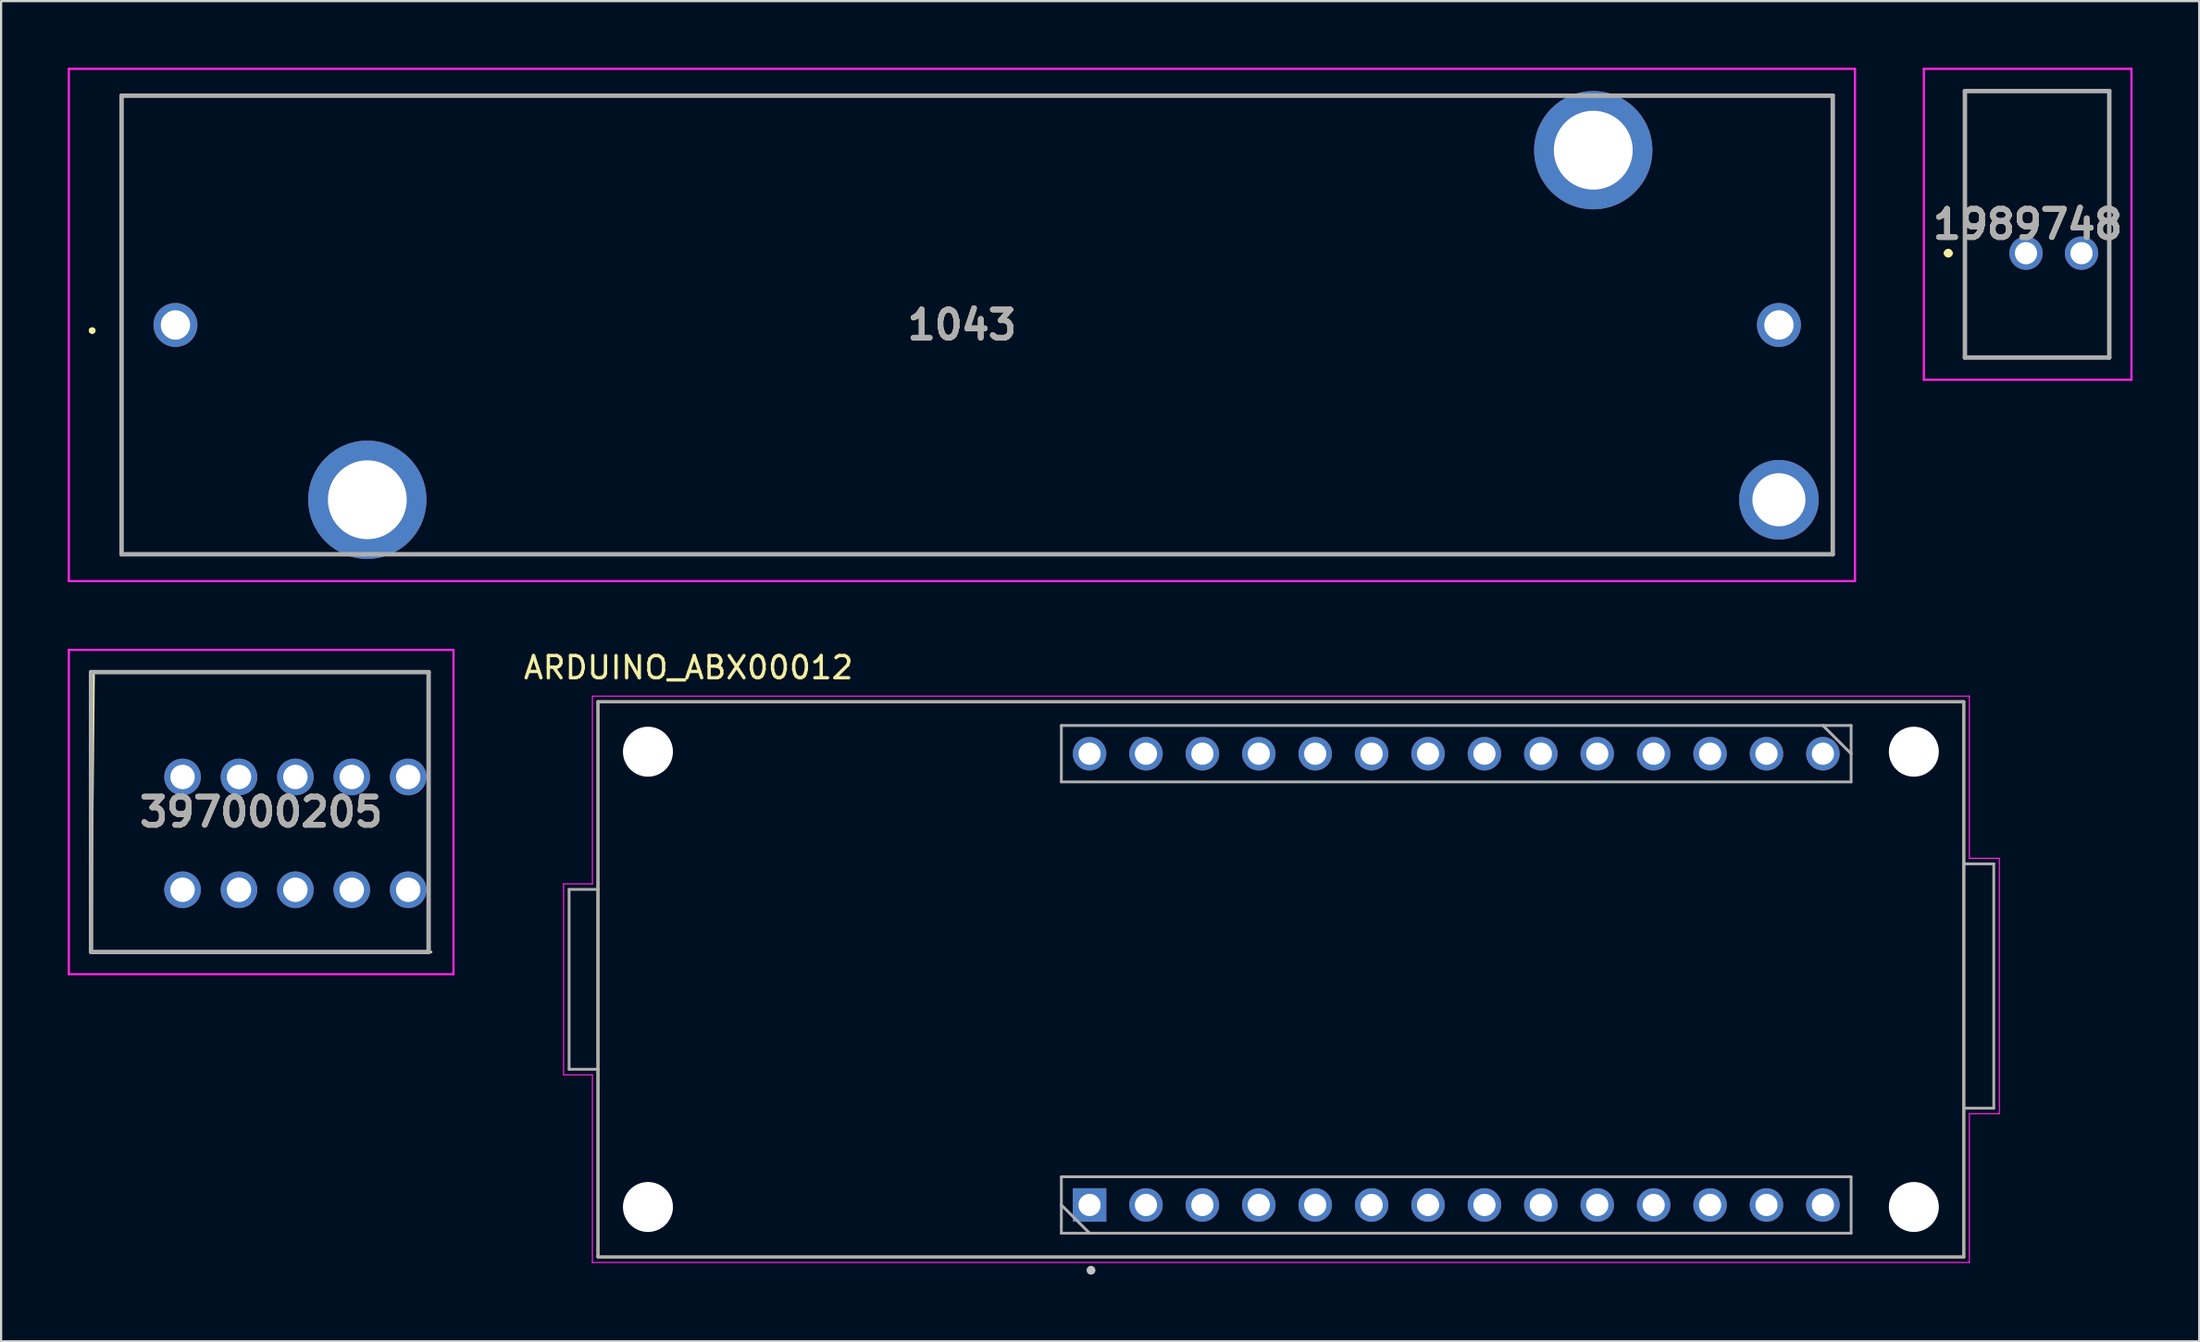
<source format=kicad_pcb>
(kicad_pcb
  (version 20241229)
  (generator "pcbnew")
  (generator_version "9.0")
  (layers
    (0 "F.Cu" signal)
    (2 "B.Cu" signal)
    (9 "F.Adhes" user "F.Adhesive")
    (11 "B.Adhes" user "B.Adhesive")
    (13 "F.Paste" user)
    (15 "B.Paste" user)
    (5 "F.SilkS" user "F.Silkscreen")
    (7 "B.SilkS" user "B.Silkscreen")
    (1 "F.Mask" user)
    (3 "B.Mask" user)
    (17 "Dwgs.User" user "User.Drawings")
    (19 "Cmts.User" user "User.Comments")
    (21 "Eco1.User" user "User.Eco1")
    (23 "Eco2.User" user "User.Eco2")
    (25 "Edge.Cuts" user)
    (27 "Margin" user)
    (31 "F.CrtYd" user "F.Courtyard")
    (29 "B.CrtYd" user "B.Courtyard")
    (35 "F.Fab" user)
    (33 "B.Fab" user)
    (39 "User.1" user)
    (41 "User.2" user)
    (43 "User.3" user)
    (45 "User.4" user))
  (footprint "ARDUINO_ABX00012"
    (layer "F.Cu")
    (at 23.875 53.548)
    (property "Reference" "ARDUINO_ABX00012" (at 4.075 -26.535 0) (layer "F.SilkS") (effects (font (size 1 1) (thickness 0.15))))
    (attr through_hole)
    (fp_line (start 0 -25) (end 61.5 -25) (stroke (width 0.127) (type solid)) (layer "F.SilkS"))
    (fp_line (start 0 -16.55) (end 0 -25) (stroke (width 0.127) (type solid)) (layer "F.SilkS"))
    (fp_line (start 0 -8.45) (end 0 -16.55) (stroke (width 0.127) (type solid)) (layer "F.SilkS"))
    (fp_line (start 0 0) (end 0 -8.45) (stroke (width 0.127) (type solid)) (layer "F.SilkS"))
    (fp_line (start 61.5 -25) (end 61.5 -17.7) (stroke (width 0.127) (type solid)) (layer "F.SilkS"))
    (fp_line (start 61.5 -17.7) (end 61.5 -6.7) (stroke (width 0.127) (type solid)) (layer "F.SilkS"))
    (fp_line (start 61.5 -6.7) (end 61.5 0) (stroke (width 0.127) (type solid)) (layer "F.SilkS"))
    (fp_line (start 61.5 0) (end 0 0) (stroke (width 0.127) (type solid)) (layer "F.SilkS"))
    (fp_circle (center 22.2 0.6) (end 22.3 0.6) (stroke (width 0.2) (type solid)) (fill no) (layer "Dwgs.User"))
    (fp_line (start -1.55 -16.8) (end -1.55 -8.2) (stroke (width 0.05) (type solid)) (layer "F.CrtYd"))
    (fp_line (start -1.55 -8.2) (end -0.25 -8.2) (stroke (width 0.05) (type solid)) (layer "F.CrtYd"))
    (fp_line (start -0.25 -25.25) (end 61.75 -25.25) (stroke (width 0.05) (type solid)) (layer "F.CrtYd"))
    (fp_line (start -0.25 -16.8) (end -1.55 -16.8) (stroke (width 0.05) (type solid)) (layer "F.CrtYd"))
    (fp_line (start -0.25 -16.8) (end -0.25 -25.25) (stroke (width 0.05) (type solid)) (layer "F.CrtYd"))
    (fp_line (start -0.25 0.25) (end -0.25 -8.2) (stroke (width 0.05) (type solid)) (layer "F.CrtYd"))
    (fp_line (start 61.75 -25.25) (end 61.75 -17.95) (stroke (width 0.05) (type solid)) (layer "F.CrtYd"))
    (fp_line (start 61.75 -17.95) (end 63.1 -17.95) (stroke (width 0.05) (type solid)) (layer "F.CrtYd"))
    (fp_line (start 61.75 -6.45) (end 61.75 0.25) (stroke (width 0.05) (type solid)) (layer "F.CrtYd"))
    (fp_line (start 61.75 0.25) (end -0.25 0.25) (stroke (width 0.05) (type solid)) (layer "F.CrtYd"))
    (fp_line (start 63.1 -17.95) (end 63.1 -6.45) (stroke (width 0.05) (type solid)) (layer "F.CrtYd"))
    (fp_line (start 63.1 -6.45) (end 61.75 -6.45) (stroke (width 0.05) (type solid)) (layer "F.CrtYd"))
    (fp_line (start -1.3 -16.55) (end -1.3 -8.45) (stroke (width 0.127) (type solid)) (layer "F.Fab"))
    (fp_line (start -1.3 -8.45) (end 0 -8.45) (stroke (width 0.127) (type solid)) (layer "F.Fab"))
    (fp_line (start 0 -25) (end 61.5 -25) (stroke (width 0.127) (type solid)) (layer "F.Fab"))
    (fp_line (start 0 -16.55) (end -1.3 -16.55) (stroke (width 0.127) (type solid)) (layer "F.Fab"))
    (fp_line (start 0 0) (end 0 -25) (stroke (width 0.127) (type solid)) (layer "F.Fab"))
    (fp_line (start 20.865 -23.93) (end 20.865 -21.39) (stroke (width 0.127) (type solid)) (layer "F.Fab"))
    (fp_line (start 20.865 -21.39) (end 56.425 -21.39) (stroke (width 0.127) (type solid)) (layer "F.Fab"))
    (fp_line (start 20.865 -3.61) (end 20.865 -2.34) (stroke (width 0.127) (type solid)) (layer "F.Fab"))
    (fp_line (start 20.865 -2.34) (end 20.865 -1.07) (stroke (width 0.127) (type solid)) (layer "F.Fab"))
    (fp_line (start 20.865 -1.07) (end 22.135 -1.07) (stroke (width 0.127) (type solid)) (layer "F.Fab"))
    (fp_line (start 22.135 -1.07) (end 20.865 -2.34) (stroke (width 0.127) (type solid)) (layer "F.Fab"))
    (fp_line (start 22.135 -1.07) (end 56.425 -1.07) (stroke (width 0.127) (type solid)) (layer "F.Fab"))
    (fp_line (start 55.155 -23.93) (end 20.865 -23.93) (stroke (width 0.127) (type solid)) (layer "F.Fab"))
    (fp_line (start 55.155 -23.93) (end 56.425 -22.66) (stroke (width 0.127) (type solid)) (layer "F.Fab"))
    (fp_line (start 56.425 -23.93) (end 55.155 -23.93) (stroke (width 0.127) (type solid)) (layer "F.Fab"))
    (fp_line (start 56.425 -22.66) (end 56.425 -23.93) (stroke (width 0.127) (type solid)) (layer "F.Fab"))
    (fp_line (start 56.425 -21.39) (end 56.425 -22.66) (stroke (width 0.127) (type solid)) (layer "F.Fab"))
    (fp_line (start 56.425 -3.61) (end 20.865 -3.61) (stroke (width 0.127) (type solid)) (layer "F.Fab"))
    (fp_line (start 56.425 -1.07) (end 56.425 -3.61) (stroke (width 0.127) (type solid)) (layer "F.Fab"))
    (fp_line (start 61.5 -25) (end 61.5 0) (stroke (width 0.127) (type solid)) (layer "F.Fab"))
    (fp_line (start 61.5 -17.7) (end 62.85 -17.7) (stroke (width 0.127) (type solid)) (layer "F.Fab"))
    (fp_line (start 61.5 0) (end 0 0) (stroke (width 0.127) (type solid)) (layer "F.Fab"))
    (fp_line (start 62.85 -17.7) (end 62.85 -6.7) (stroke (width 0.127) (type solid)) (layer "F.Fab"))
    (fp_line (start 62.85 -6.7) (end 61.5 -6.7) (stroke (width 0.127) (type solid)) (layer "F.Fab"))
    (pad "" np_thru_hole circle (at 2.25 -22.75) (size 2.25 2.25) (drill 2.25) (layers "*.Cu" "*.Mask"))
    (pad "" np_thru_hole circle (at 2.25 -2.25) (size 2.25 2.25) (drill 2.25) (layers "*.Cu" "*.Mask"))
    (pad "" np_thru_hole circle (at 59.25 -22.75) (size 2.25 2.25) (drill 2.25) (layers "*.Cu" "*.Mask"))
    (pad "" np_thru_hole circle (at 59.25 -2.25) (size 2.25 2.25) (drill 2.25) (layers "*.Cu" "*.Mask"))
    (pad "1" thru_hole rect (at 22.135 -2.34) (size 1.508 1.508) (drill 1) (layers "*.Cu" "*.Mask"))
    (pad "2" thru_hole circle (at 24.675 -2.34) (size 1.508 1.508) (drill 1) (layers "*.Cu" "*.Mask"))
    (pad "3" thru_hole circle (at 27.215 -2.34) (size 1.508 1.508) (drill 1) (layers "*.Cu" "*.Mask"))
    (pad "4" thru_hole circle (at 29.755 -2.34) (size 1.508 1.508) (drill 1) (layers "*.Cu" "*.Mask"))
    (pad "5" thru_hole circle (at 32.295 -2.34) (size 1.508 1.508) (drill 1) (layers "*.Cu" "*.Mask"))
    (pad "6" thru_hole circle (at 34.835 -2.34) (size 1.508 1.508) (drill 1) (layers "*.Cu" "*.Mask"))
    (pad "7" thru_hole circle (at 37.375 -2.34) (size 1.508 1.508) (drill 1) (layers "*.Cu" "*.Mask"))
    (pad "8" thru_hole circle (at 39.915 -2.34) (size 1.508 1.508) (drill 1) (layers "*.Cu" "*.Mask"))
    (pad "9" thru_hole circle (at 42.455 -2.34) (size 1.508 1.508) (drill 1) (layers "*.Cu" "*.Mask"))
    (pad "10" thru_hole circle (at 44.995 -2.34) (size 1.508 1.508) (drill 1) (layers "*.Cu" "*.Mask"))
    (pad "11" thru_hole circle (at 47.535 -2.34) (size 1.508 1.508) (drill 1) (layers "*.Cu" "*.Mask"))
    (pad "12" thru_hole circle (at 50.075 -2.34) (size 1.508 1.508) (drill 1) (layers "*.Cu" "*.Mask"))
    (pad "13" thru_hole circle (at 52.615 -2.34) (size 1.508 1.508) (drill 1) (layers "*.Cu" "*.Mask"))
    (pad "14" thru_hole circle (at 55.155 -2.34) (size 1.508 1.508) (drill 1) (layers "*.Cu" "*.Mask"))
    (pad "15" thru_hole circle (at 55.155 -22.66) (size 1.508 1.508) (drill 1) (layers "*.Cu" "*.Mask"))
    (pad "16" thru_hole circle (at 52.615 -22.66) (size 1.508 1.508) (drill 1) (layers "*.Cu" "*.Mask"))
    (pad "17" thru_hole circle (at 50.075 -22.66) (size 1.508 1.508) (drill 1) (layers "*.Cu" "*.Mask"))
    (pad "18" thru_hole circle (at 47.535 -22.66) (size 1.508 1.508) (drill 1) (layers "*.Cu" "*.Mask"))
    (pad "19" thru_hole circle (at 44.995 -22.66) (size 1.508 1.508) (drill 1) (layers "*.Cu" "*.Mask"))
    (pad "20" thru_hole circle (at 42.455 -22.66) (size 1.508 1.508) (drill 1) (layers "*.Cu" "*.Mask"))
    (pad "21" thru_hole circle (at 39.915 -22.66) (size 1.508 1.508) (drill 1) (layers "*.Cu" "*.Mask"))
    (pad "22" thru_hole circle (at 37.375 -22.66) (size 1.508 1.508) (drill 1) (layers "*.Cu" "*.Mask"))
    (pad "23" thru_hole circle (at 34.835 -22.66) (size 1.508 1.508) (drill 1) (layers "*.Cu" "*.Mask"))
    (pad "24" thru_hole circle (at 32.295 -22.66) (size 1.508 1.508) (drill 1) (layers "*.Cu" "*.Mask"))
    (pad "25" thru_hole circle (at 29.755 -22.66) (size 1.508 1.508) (drill 1) (layers "*.Cu" "*.Mask"))
    (pad "26" thru_hole circle (at 27.215 -22.66) (size 1.508 1.508) (drill 1) (layers "*.Cu" "*.Mask"))
    (pad "27" thru_hole circle (at 24.675 -22.66) (size 1.508 1.508) (drill 1) (layers "*.Cu" "*.Mask"))
    (pad "28" thru_hole circle (at 22.135 -22.66) (size 1.508 1.508) (drill 1) (layers "*.Cu" "*.Mask")))
  (footprint "397000205"
    (layer "F.Cu")
    (at 5.17 37.015)
    (property "Reference" "397000205" (at 3.54 -3.5 0) (layer "F.SilkS") (effects (font (size 1.27 1.27) (thickness 0.254))))
    (attr through_hole)
    (fp_line (start -4.12 2.8) (end 11.2 2.8) (stroke (width 0.1) (type solid)) (layer "F.SilkS"))
    (fp_line (start -4 -9.8) (end -4.12 2.8) (stroke (width 0.1) (type solid)) (layer "F.SilkS"))
    (fp_line (start 11.08 -9.8) (end -4 -9.8) (stroke (width 0.1) (type solid)) (layer "F.SilkS"))
    (fp_line (start 11.08 -6.4) (end 11.08 -9.8) (stroke (width 0.1) (type solid)) (layer "F.SilkS"))
    (fp_line (start -5.12 -10.8) (end 12.2 -10.8) (stroke (width 0.1) (type solid)) (layer "F.CrtYd"))
    (fp_line (start -5.12 3.8) (end -5.12 -10.8) (stroke (width 0.1) (type solid)) (layer "F.CrtYd"))
    (fp_line (start 12.2 -10.8) (end 12.2 3.8) (stroke (width 0.1) (type solid)) (layer "F.CrtYd"))
    (fp_line (start 12.2 3.8) (end -5.12 3.8) (stroke (width 0.1) (type solid)) (layer "F.CrtYd"))
    (fp_line (start -4.12 -9.8) (end 11.08 -9.8) (stroke (width 0.2) (type solid)) (layer "F.Fab"))
    (fp_line (start -4.12 2.8) (end -4.12 -9.8) (stroke (width 0.2) (type solid)) (layer "F.Fab"))
    (fp_line (start 11.08 -9.8) (end 11.08 2.8) (stroke (width 0.2) (type solid)) (layer "F.Fab"))
    (fp_line (start 11.08 2.8) (end -4.12 2.8) (stroke (width 0.2) (type solid)) (layer "F.Fab"))
    (fp_text user "${REFERENCE}" (at 3.54 -3.5 0) (layer "F.Fab") (effects (font (size 1.27 1.27) (thickness 0.254))))
    (pad "1" thru_hole circle (at 0 0) (size 1.65 1.65) (drill 1.1) (layers "*.Cu" "*.Mask"))
    (pad "2" thru_hole circle (at 0 -5.08) (size 1.65 1.65) (drill 1.1) (layers "*.Cu" "*.Mask"))
    (pad "3" thru_hole circle (at 2.54 0) (size 1.65 1.65) (drill 1.1) (layers "*.Cu" "*.Mask"))
    (pad "4" thru_hole circle (at 2.54 -5.08) (size 1.65 1.65) (drill 1.1) (layers "*.Cu" "*.Mask"))
    (pad "5" thru_hole circle (at 5.08 0) (size 1.65 1.65) (drill 1.1) (layers "*.Cu" "*.Mask"))
    (pad "6" thru_hole circle (at 5.08 -5.08) (size 1.65 1.65) (drill 1.1) (layers "*.Cu" "*.Mask"))
    (pad "7" thru_hole circle (at 7.62 0) (size 1.65 1.65) (drill 1.1) (layers "*.Cu" "*.Mask"))
    (pad "8" thru_hole circle (at 7.62 -5.08) (size 1.65 1.65) (drill 1.1) (layers "*.Cu" "*.Mask"))
    (pad "9" thru_hole circle (at 10.16 0) (size 1.65 1.65) (drill 1.1) (layers "*.Cu" "*.Mask"))
    (pad "10" thru_hole circle (at 10.16 -5.08) (size 1.65 1.65) (drill 1.1) (layers "*.Cu" "*.Mask")))
  (footprint "1989748"
    (layer "F.Cu")
    (at 88.175 8.35)
    (property "Reference" "1989748" (at 0.075 -1.3 0) (layer "F.SilkS") (effects (font (size 1.27 1.27) (thickness 0.254))))
    (attr through_hole)
    (fp_line (start -3.6 0) (end -3.6 0) (stroke (width 0.2) (type solid)) (layer "F.SilkS"))
    (fp_line (start -3.4 0) (end -3.4 0) (stroke (width 0.2) (type solid)) (layer "F.SilkS"))
    (fp_line (start -2.75 -7.3) (end 3.75 -7.3) (stroke (width 0.1) (type solid)) (layer "F.SilkS"))
    (fp_line (start -2.75 4.7) (end -2.75 -7.3) (stroke (width 0.1) (type solid)) (layer "F.SilkS"))
    (fp_line (start 3.75 -7.3) (end 3.75 4.7) (stroke (width 0.1) (type solid)) (layer "F.SilkS"))
    (fp_line (start 3.75 4.7) (end -2.75 4.7) (stroke (width 0.1) (type solid)) (layer "F.SilkS"))
    (fp_arc (start -3.6 0) (mid -3.5 -0.1) (end -3.4 0) (stroke (width 0.2) (type solid)) (layer "F.SilkS"))
    (fp_arc (start -3.4 0) (mid -3.5 0.1) (end -3.6 0) (stroke (width 0.2) (type solid)) (layer "F.SilkS"))
    (fp_line (start -4.6 -8.3) (end 4.75 -8.3) (stroke (width 0.1) (type solid)) (layer "F.CrtYd"))
    (fp_line (start -4.6 5.7) (end -4.6 -8.3) (stroke (width 0.1) (type solid)) (layer "F.CrtYd"))
    (fp_line (start 4.75 -8.3) (end 4.75 5.7) (stroke (width 0.1) (type solid)) (layer "F.CrtYd"))
    (fp_line (start 4.75 5.7) (end -4.6 5.7) (stroke (width 0.1) (type solid)) (layer "F.CrtYd"))
    (fp_line (start -2.75 -7.3) (end 3.75 -7.3) (stroke (width 0.2) (type solid)) (layer "F.Fab"))
    (fp_line (start -2.75 4.7) (end -2.75 -7.3) (stroke (width 0.2) (type solid)) (layer "F.Fab"))
    (fp_line (start 3.75 -7.3) (end 3.75 4.7) (stroke (width 0.2) (type solid)) (layer "F.Fab"))
    (fp_line (start 3.75 4.7) (end -2.75 4.7) (stroke (width 0.2) (type solid)) (layer "F.Fab"))
    (fp_text user "${REFERENCE}" (at 0.075 -1.3 0) (layer "F.Fab") (effects (font (size 1.27 1.27) (thickness 0.254))))
    (pad "1" thru_hole circle (at 0 0) (size 1.5 1.5) (drill 1) (layers "*.Cu" "*.Mask"))
    (pad "2" thru_hole circle (at 2.5 0) (size 1.5 1.5) (drill 1) (layers "*.Cu" "*.Mask")))
  (footprint "1043"
    (layer "F.Cu")
    (at 4.85 11.583)
    (property "Reference" "1043" (at 35.413 0 0) (layer "F.SilkS") (effects (font (size 1.27 1.27) (thickness 0.254))))
    (attr through_hole)
    (fp_line (start -3.8 0.25) (end -3.8 0.25) (stroke (width 0.2) (type solid)) (layer "F.SilkS"))
    (fp_line (start -3.8 0.25) (end -3.8 0.25) (stroke (width 0.2) (type solid)) (layer "F.SilkS"))
    (fp_line (start -3.7 0.25) (end -3.7 0.25) (stroke (width 0.2) (type solid)) (layer "F.SilkS"))
    (fp_line (start -2.425 -10.325) (end -2.425 -10.325) (stroke (width 0.1) (type solid)) (layer "F.SilkS"))
    (fp_line (start -2.425 -10.325) (end -2.425 -10.325) (stroke (width 0.1) (type solid)) (layer "F.SilkS"))
    (fp_line (start -2.425 -10.325) (end -2.425 10.325) (stroke (width 0.1) (type solid)) (layer "F.SilkS"))
    (fp_line (start -2.425 -10.325) (end 61.96 -10.325) (stroke (width 0.1) (type solid)) (layer "F.SilkS"))
    (fp_line (start -2.425 10.325) (end -2.425 -10.325) (stroke (width 0.1) (type solid)) (layer "F.SilkS"))
    (fp_line (start -2.425 10.325) (end -2.425 10.325) (stroke (width 0.1) (type solid)) (layer "F.SilkS"))
    (fp_line (start -2.425 10.325) (end -2.425 10.325) (stroke (width 0.1) (type solid)) (layer "F.SilkS"))
    (fp_line (start -2.425 10.325) (end 6.71 10.325) (stroke (width 0.1) (type solid)) (layer "F.SilkS"))
    (fp_line (start 6.71 10.325) (end -2.425 10.325) (stroke (width 0.1) (type solid)) (layer "F.SilkS"))
    (fp_line (start 6.71 10.325) (end 6.71 10.325) (stroke (width 0.1) (type solid)) (layer "F.SilkS"))
    (fp_line (start 10.46 10.325) (end 10.46 10.325) (stroke (width 0.1) (type solid)) (layer "F.SilkS"))
    (fp_line (start 10.46 10.325) (end 74.625 10.325) (stroke (width 0.1) (type solid)) (layer "F.SilkS"))
    (fp_line (start 61.96 -10.325) (end -2.425 -10.325) (stroke (width 0.1) (type solid)) (layer "F.SilkS"))
    (fp_line (start 61.96 -10.325) (end 61.96 -10.325) (stroke (width 0.1) (type solid)) (layer "F.SilkS"))
    (fp_line (start 65.71 -10.325) (end 65.71 -10.325) (stroke (width 0.1) (type solid)) (layer "F.SilkS"))
    (fp_line (start 65.71 -10.325) (end 74.625 -10.325) (stroke (width 0.1) (type solid)) (layer "F.SilkS"))
    (fp_line (start 74.625 -10.325) (end 65.71 -10.325) (stroke (width 0.1) (type solid)) (layer "F.SilkS"))
    (fp_line (start 74.625 -10.325) (end 74.625 -10.325) (stroke (width 0.1) (type solid)) (layer "F.SilkS"))
    (fp_line (start 74.625 -10.325) (end 74.625 -10.325) (stroke (width 0.1) (type solid)) (layer "F.SilkS"))
    (fp_line (start 74.625 -10.325) (end 74.625 10.325) (stroke (width 0.1) (type solid)) (layer "F.SilkS"))
    (fp_line (start 74.625 10.325) (end 10.46 10.325) (stroke (width 0.1) (type solid)) (layer "F.SilkS"))
    (fp_line (start 74.625 10.325) (end 74.625 -10.325) (stroke (width 0.1) (type solid)) (layer "F.SilkS"))
    (fp_line (start 74.625 10.325) (end 74.625 10.325) (stroke (width 0.1) (type solid)) (layer "F.SilkS"))
    (fp_line (start 74.625 10.325) (end 74.625 10.325) (stroke (width 0.1) (type solid)) (layer "F.SilkS"))
    (fp_arc (start -3.8 0.25) (mid -3.75 0.2) (end -3.7 0.25) (stroke (width 0.2) (type solid)) (layer "F.SilkS"))
    (fp_arc (start -3.7 0.25) (mid -3.75 0.3) (end -3.8 0.25) (stroke (width 0.2) (type solid)) (layer "F.SilkS"))
    (fp_arc (start -3.7 0.25) (mid -3.75 0.3) (end -3.8 0.25) (stroke (width 0.2) (type solid)) (layer "F.SilkS"))
    (fp_line (start -4.8 -11.533) (end 75.625 -11.533) (stroke (width 0.1) (type solid)) (layer "F.CrtYd"))
    (fp_line (start -4.8 11.532) (end -4.8 -11.533) (stroke (width 0.1) (type solid)) (layer "F.CrtYd"))
    (fp_line (start 75.625 -11.533) (end 75.625 11.532) (stroke (width 0.1) (type solid)) (layer "F.CrtYd"))
    (fp_line (start 75.625 11.532) (end -4.8 11.532) (stroke (width 0.1) (type solid)) (layer "F.CrtYd"))
    (fp_line (start -2.425 -10.325) (end -2.425 10.325) (stroke (width 0.2) (type solid)) (layer "F.Fab"))
    (fp_line (start -2.425 10.325) (end 74.625 10.325) (stroke (width 0.2) (type solid)) (layer "F.Fab"))
    (fp_line (start 74.625 -10.325) (end -2.425 -10.325) (stroke (width 0.2) (type solid)) (layer "F.Fab"))
    (fp_line (start 74.625 10.325) (end 74.625 -10.325) (stroke (width 0.2) (type solid)) (layer "F.Fab"))
    (fp_text user "${REFERENCE}" (at 35.413 0 0) (layer "F.Fab") (effects (font (size 1.27 1.27) (thickness 0.254))))
    (pad "1" thru_hole circle (at 0 0) (size 1.98 1.98) (drill 1.32) (layers "*.Cu" "*.Mask"))
    (pad "2" thru_hole circle (at 72.2 0) (size 1.98 1.98) (drill 1.32) (layers "*.Cu" "*.Mask"))
    (pad "MH1" thru_hole circle (at 8.64 7.87) (size 5.325 5.325) (drill 3.55) (layers "*.Cu" "*.Mask"))
    (pad "MH2" thru_hole circle (at 72.2 7.87) (size 3.585 3.585) (drill 2.39) (layers "*.Cu" "*.Mask"))
    (pad "MH3" thru_hole circle (at 63.84 -7.87) (size 5.325 5.325) (drill 3.55) (layers "*.Cu" "*.Mask")))
  (gr_rect
    (start -3 -3)
    (end 95.975 57.348)
    (stroke (width 0.1) (type default))
    (fill no)
    (layer "Edge.Cuts")))
</source>
